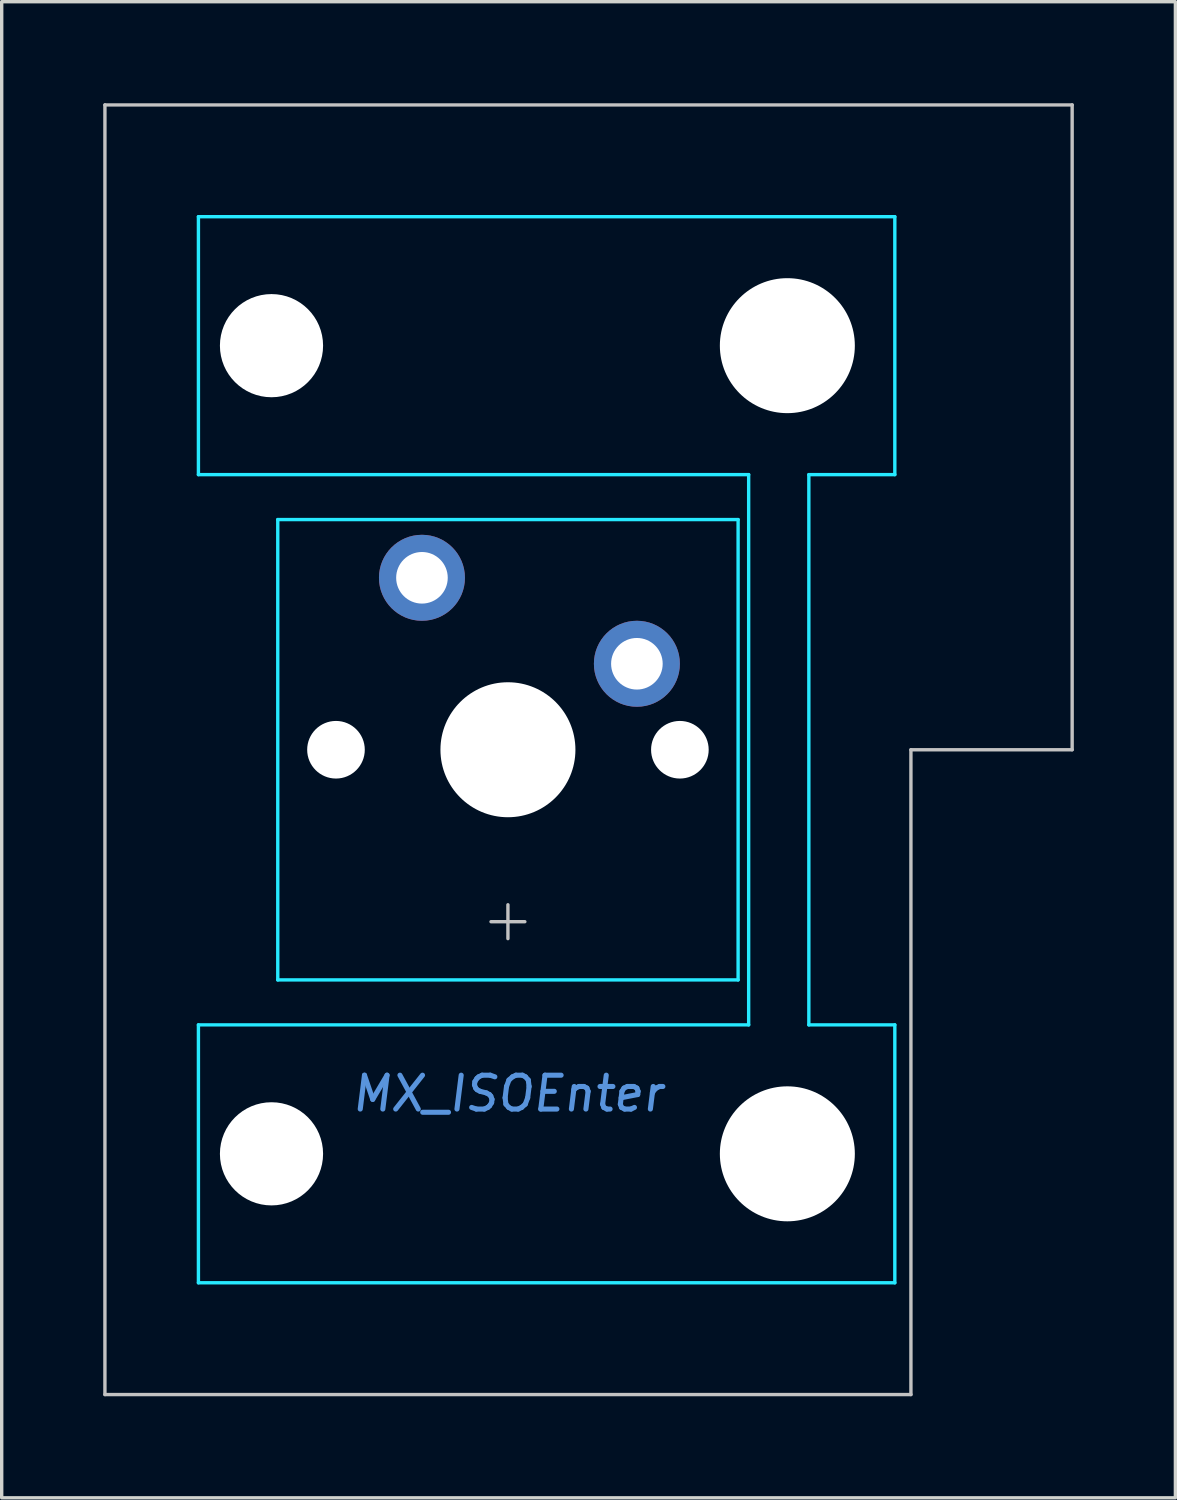
<source format=kicad_pcb>
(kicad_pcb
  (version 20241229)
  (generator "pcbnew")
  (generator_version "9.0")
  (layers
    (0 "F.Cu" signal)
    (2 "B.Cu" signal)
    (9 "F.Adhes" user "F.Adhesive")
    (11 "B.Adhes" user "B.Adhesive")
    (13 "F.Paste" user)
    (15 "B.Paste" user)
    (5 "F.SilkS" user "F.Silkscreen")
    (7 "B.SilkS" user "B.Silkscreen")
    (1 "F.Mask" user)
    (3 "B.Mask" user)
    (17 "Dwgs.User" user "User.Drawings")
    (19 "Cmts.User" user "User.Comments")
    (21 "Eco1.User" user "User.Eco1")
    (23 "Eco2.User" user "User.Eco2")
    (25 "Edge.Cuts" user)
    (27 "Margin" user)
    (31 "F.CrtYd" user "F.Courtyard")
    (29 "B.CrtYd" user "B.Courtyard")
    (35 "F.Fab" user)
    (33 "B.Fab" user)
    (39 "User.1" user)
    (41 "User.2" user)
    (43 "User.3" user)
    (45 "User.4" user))
  (footprint "MX_ISOEnter"
    (layer "F.Cu")
    (at 11.956 19.1)
    (property "Reference" "MX_ISOEnter" (at 0 10.16 0) (layer "Cmts.User") (effects (font (size 1 1) (thickness 0.15) (italic yes))))
    (attr through_hole)
    (fp_line (start -11.906 19.05) (end -11.906 -19.05) (stroke (width 0.1) (type solid)) (layer "Dwgs.User"))
    (fp_line (start -0.5 5.08) (end 0.5 5.08) (stroke (width 0.1) (type solid)) (layer "Dwgs.User"))
    (fp_line (start 0 5.58) (end 0 4.58) (stroke (width 0.1) (type solid)) (layer "Dwgs.User"))
    (fp_line (start 11.906 19.05) (end -11.906 19.05) (stroke (width 0.1) (type solid)) (layer "Dwgs.User"))
    (fp_line (start 11.906 19.05) (end 11.906 0) (stroke (width 0.1) (type solid)) (layer "Dwgs.User"))
    (fp_line (start 16.669 -19.05) (end -11.906 -19.05) (stroke (width 0.1) (type solid)) (layer "Dwgs.User"))
    (fp_line (start 16.669 0) (end 11.906 0) (stroke (width 0.1) (type solid)) (layer "Dwgs.User"))
    (fp_line (start 16.669 0) (end 16.669 -19.05) (stroke (width 0.1) (type solid)) (layer "Dwgs.User"))
    (fp_line (start -7 -6.5) (end -7 6.5) (stroke (width 0.1) (type solid)) (layer "Eco1.User"))
    (fp_line (start -6.5 7) (end 6.5 7) (stroke (width 0.1) (type solid)) (layer "Eco1.User"))
    (fp_line (start -5.985 -8.938) (end -5.985 -14.938) (stroke (width 0.1) (type solid)) (layer "Eco1.User"))
    (fp_line (start -5.985 14.938) (end -5.985 8.938) (stroke (width 0.1) (type solid)) (layer "Eco1.User"))
    (fp_line (start -5.485 -8.438) (end 8.515 -8.438) (stroke (width 0.1) (type solid)) (layer "Eco1.User"))
    (fp_line (start -5.485 15.438) (end 8.515 15.438) (stroke (width 0.1) (type solid)) (layer "Eco1.User"))
    (fp_line (start 6.5 -7) (end -6.5 -7) (stroke (width 0.1) (type solid)) (layer "Eco1.User"))
    (fp_line (start 7 6.5) (end 7 -6.5) (stroke (width 0.1) (type solid)) (layer "Eco1.User"))
    (fp_line (start 8.515 -15.438) (end -5.485 -15.438) (stroke (width 0.1) (type solid)) (layer "Eco1.User"))
    (fp_line (start 8.515 8.438) (end -5.485 8.438) (stroke (width 0.1) (type solid)) (layer "Eco1.User"))
    (fp_line (start 9.015 -14.938) (end 9.015 -8.938) (stroke (width 0.1) (type solid)) (layer "Eco1.User"))
    (fp_line (start 9.015 8.938) (end 9.015 14.938) (stroke (width 0.1) (type solid)) (layer "Eco1.User"))
    (fp_arc (start -7 -6.5) (mid -6.853553 -6.853553) (end -6.5 -7) (stroke (width 0.1) (type solid)) (layer "Eco1.User"))
    (fp_arc (start -6.5 7) (mid -6.853553 6.853553) (end -7 6.5) (stroke (width 0.1) (type solid)) (layer "Eco1.User"))
    (fp_arc (start -5.985 -14.938) (mid -5.838553 -15.291553) (end -5.485 -15.438) (stroke (width 0.1) (type solid)) (layer "Eco1.User"))
    (fp_arc (start -5.985 8.938) (mid -5.838553 8.584447) (end -5.485 8.438) (stroke (width 0.1) (type solid)) (layer "Eco1.User"))
    (fp_arc (start -5.485 -8.438) (mid -5.838553 -8.584447) (end -5.985 -8.938) (stroke (width 0.1) (type solid)) (layer "Eco1.User"))
    (fp_arc (start -5.485 15.438) (mid -5.838553 15.291553) (end -5.985 14.938) (stroke (width 0.1) (type solid)) (layer "Eco1.User"))
    (fp_arc (start 6.5 -7) (mid 6.853553 -6.853553) (end 7 -6.5) (stroke (width 0.1) (type solid)) (layer "Eco1.User"))
    (fp_arc (start 7 6.5) (mid 6.853553 6.853553) (end 6.5 7) (stroke (width 0.1) (type solid)) (layer "Eco1.User"))
    (fp_arc (start 8.515 -15.438) (mid 8.868553 -15.291553) (end 9.015 -14.938) (stroke (width 0.1) (type solid)) (layer "Eco1.User"))
    (fp_arc (start 8.515 8.438) (mid 8.868553 8.584447) (end 9.015 8.938) (stroke (width 0.1) (type solid)) (layer "Eco1.User"))
    (fp_arc (start 9.015 -8.938) (mid 8.868553 -8.584447) (end 8.515 -8.438) (stroke (width 0.1) (type solid)) (layer "Eco1.User"))
    (fp_arc (start 9.015 14.938) (mid 8.868553 15.291553) (end 8.515 15.438) (stroke (width 0.1) (type solid)) (layer "Eco1.User"))
    (fp_line (start -9.144 -15.748) (end 11.43 -15.748) (stroke (width 0.1) (type solid)) (layer "B.CrtYd"))
    (fp_line (start -9.144 -8.128) (end -9.144 -15.748) (stroke (width 0.1) (type solid)) (layer "B.CrtYd"))
    (fp_line (start -9.144 -8.128) (end 7.112 -8.128) (stroke (width 0.1) (type solid)) (layer "B.CrtYd"))
    (fp_line (start -9.144 8.128) (end 7.112 8.128) (stroke (width 0.1) (type solid)) (layer "B.CrtYd"))
    (fp_line (start -9.144 15.748) (end -9.144 8.128) (stroke (width 0.1) (type solid)) (layer "B.CrtYd"))
    (fp_line (start -6.8 6.8) (end -6.8 -6.8) (stroke (width 0.1) (type solid)) (layer "B.CrtYd"))
    (fp_line (start 6.8 -6.8) (end -6.8 -6.8) (stroke (width 0.1) (type solid)) (layer "B.CrtYd"))
    (fp_line (start 6.8 6.8) (end -6.8 6.8) (stroke (width 0.1) (type solid)) (layer "B.CrtYd"))
    (fp_line (start 6.8 6.8) (end 6.8 -6.8) (stroke (width 0.1) (type solid)) (layer "B.CrtYd"))
    (fp_line (start 7.112 8.128) (end 7.112 -8.128) (stroke (width 0.1) (type solid)) (layer "B.CrtYd"))
    (fp_line (start 8.89 8.128) (end 8.89 -8.128) (stroke (width 0.1) (type solid)) (layer "B.CrtYd"))
    (fp_line (start 11.43 -15.748) (end 11.43 -8.128) (stroke (width 0.1) (type solid)) (layer "B.CrtYd"))
    (fp_line (start 11.43 -8.128) (end 8.89 -8.128) (stroke (width 0.1) (type solid)) (layer "B.CrtYd"))
    (fp_line (start 11.43 8.128) (end 8.89 8.128) (stroke (width 0.1) (type solid)) (layer "B.CrtYd"))
    (fp_line (start 11.43 8.128) (end 11.43 15.748) (stroke (width 0.1) (type solid)) (layer "B.CrtYd"))
    (fp_line (start 11.43 15.748) (end -9.144 15.748) (stroke (width 0.1) (type solid)) (layer "B.CrtYd"))
    (pad "" np_thru_hole circle (at -6.985 -11.938 90) (size 3.048 3.048) (drill 3.048) (layers "*.Cu" "*.Mask"))
    (pad "" np_thru_hole circle (at -6.985 11.938 90) (size 3.048 3.048) (drill 3.048) (layers "*.Cu" "*.Mask"))
    (pad "" np_thru_hole circle (at -5.08 0) (size 1.702 1.702) (drill 1.702) (layers "*.Cu" "*.Mask"))
    (pad "" connect circle (at -2.54 -5.08) (size 1.524 1.524) (layers "B.Mask"))
    (pad "" np_thru_hole circle (at 0 0) (size 3.988 3.988) (drill 3.988) (layers "*.Cu" "*.Mask"))
    (pad "" connect circle (at 3.81 -2.54) (size 1.524 1.524) (layers "B.Mask"))
    (pad "" np_thru_hole circle (at 5.08 0) (size 1.702 1.702) (drill 1.702) (layers "*.Cu" "*.Mask"))
    (pad "" np_thru_hole circle (at 8.255 -11.938 90) (size 3.988 3.988) (drill 3.988) (layers "*.Cu" "*.Mask"))
    (pad "" np_thru_hole circle (at 8.255 11.938 90) (size 3.988 3.988) (drill 3.988) (layers "*.Cu" "*.Mask"))
    (pad "1" thru_hole circle (at -2.54 -5.08) (size 2.54 2.54) (drill 1.524) (layers "*.Cu" "F.Mask"))
    (pad "2" thru_hole circle (at 3.81 -2.54) (size 2.54 2.54) (drill 1.524) (layers "*.Cu" "F.Mask")))
  (gr_rect
    (start -3 -3)
    (end 31.675 41.2)
    (stroke (width 0.1) (type default))
    (fill no)
    (layer "Edge.Cuts")))
</source>
